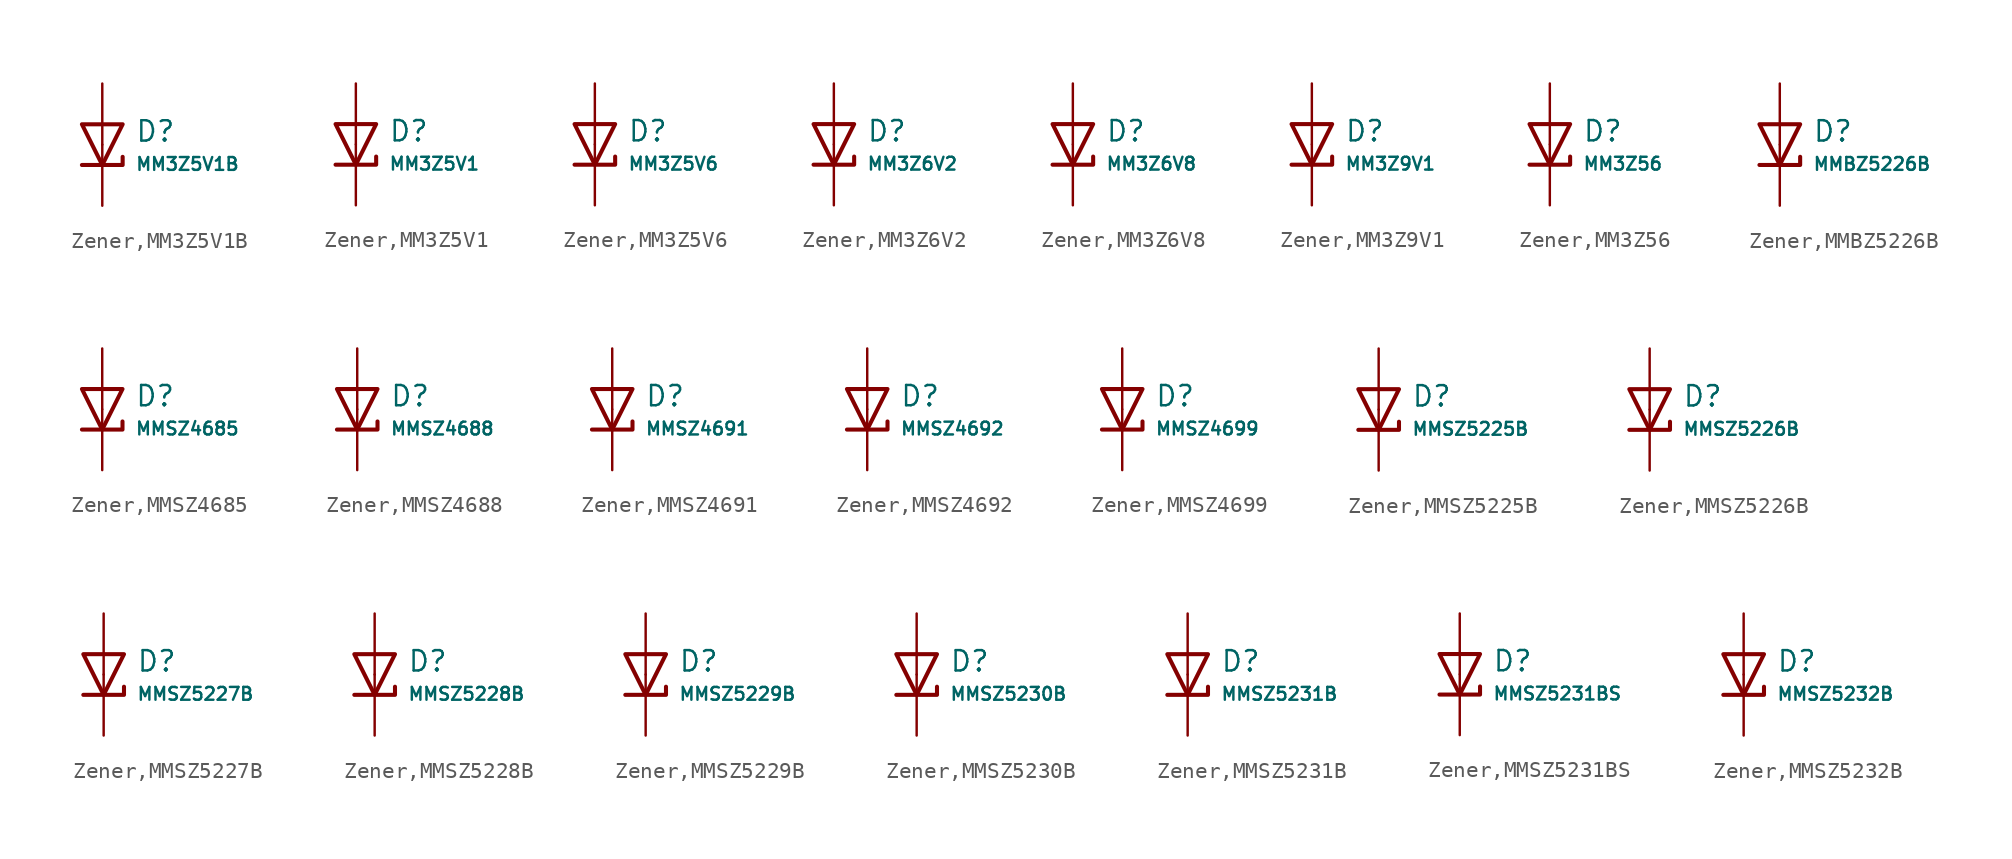
<source format=kicad_sym>
(kicad_symbol_lib
  (version 20231120)
  (generator "CDFER")
  (generator_version "8.0")
  (symbol "Zener,MM3Z5V1B"
    (pin_numbers hide)
    (pin_names
      (offset 0))
    (property "Reference" "D"
      (at 2.032 0.834 0)
      (effects (font (size 1.27 1.27)) (justify left)))
    (property "Value" "MM3Z5V1B"
      (at 2.032 -1.212 0)
      (effects (font (size 0.8 0.8)) (justify left)))
    (symbol "Zener,MM3Z5V1B_0_1"
      (polyline (pts (xy -1.27 1.27) (xy 0.00 -1.27) (xy 1.27 1.27) (xy -1.27 1.27)) (stroke (width 0.254) (type default)) (fill (type none))))
    (symbol "Zener,MM3Z5V1B_0_1"
      (polyline (pts (xy -1.27 -1.27) (xy 1.27 -1.27) (xy 1.27 -0.762)) (stroke (width 0.254) (type default)) (fill (type none))))
    (symbol "Zener,MM3Z5V1B_1_1"
      (pin passive line (at 0 3.81 270) (length 3.81) (name "~" (effects (font (size 1.27 1.27)))) (number "2" (effects (font (size 1.27 1.27)))))
      (pin passive line (at 0 -3.81 90) (length 3.81) (name "~" (effects (font (size 1.27 1.27)))) (number "1" (effects (font (size 1.27 1.27)))))))
  (symbol "Zener,MM3Z5V1"
    (pin_numbers hide)
    (pin_names
      (offset 0))
    (property "Reference" "D"
      (at 2.032 0.834 0)
      (effects (font (size 1.27 1.27)) (justify left)))
    (property "Value" "MM3Z5V1"
      (at 2.032 -1.212 0)
      (effects (font (size 0.8 0.8)) (justify left)))
    (symbol "Zener,MM3Z5V1_0_1"
      (polyline (pts (xy -1.27 1.27) (xy 0.00 -1.27) (xy 1.27 1.27) (xy -1.27 1.27)) (stroke (width 0.254) (type default)) (fill (type none))))
    (symbol "Zener,MM3Z5V1_0_1"
      (polyline (pts (xy -1.27 -1.27) (xy 1.27 -1.27) (xy 1.27 -0.762)) (stroke (width 0.254) (type default)) (fill (type none))))
    (symbol "Zener,MM3Z5V1_1_1"
      (pin passive line (at 0 3.81 270) (length 3.81) (name "~" (effects (font (size 1.27 1.27)))) (number "2" (effects (font (size 1.27 1.27)))))
      (pin passive line (at 0 -3.81 90) (length 3.81) (name "~" (effects (font (size 1.27 1.27)))) (number "1" (effects (font (size 1.27 1.27)))))))
  (symbol "Zener,MM3Z5V6"
    (pin_numbers hide)
    (pin_names
      (offset 0))
    (property "Reference" "D"
      (at 2.032 0.834 0)
      (effects (font (size 1.27 1.27)) (justify left)))
    (property "Value" "MM3Z5V6"
      (at 2.032 -1.212 0)
      (effects (font (size 0.8 0.8)) (justify left)))
    (symbol "Zener,MM3Z5V6_0_1"
      (polyline (pts (xy -1.27 1.27) (xy 0.00 -1.27) (xy 1.27 1.27) (xy -1.27 1.27)) (stroke (width 0.254) (type default)) (fill (type none))))
    (symbol "Zener,MM3Z5V6_0_1"
      (polyline (pts (xy -1.27 -1.27) (xy 1.27 -1.27) (xy 1.27 -0.762)) (stroke (width 0.254) (type default)) (fill (type none))))
    (symbol "Zener,MM3Z5V6_1_1"
      (pin passive line (at 0 3.81 270) (length 3.81) (name "~" (effects (font (size 1.27 1.27)))) (number "2" (effects (font (size 1.27 1.27)))))
      (pin passive line (at 0 -3.81 90) (length 3.81) (name "~" (effects (font (size 1.27 1.27)))) (number "1" (effects (font (size 1.27 1.27)))))))
  (symbol "Zener,MM3Z6V2"
    (pin_numbers hide)
    (pin_names
      (offset 0))
    (property "Reference" "D"
      (at 2.032 0.834 0)
      (effects (font (size 1.27 1.27)) (justify left)))
    (property "Value" "MM3Z6V2"
      (at 2.032 -1.212 0)
      (effects (font (size 0.8 0.8)) (justify left)))
    (symbol "Zener,MM3Z6V2_0_1"
      (polyline (pts (xy -1.27 1.27) (xy 0.00 -1.27) (xy 1.27 1.27) (xy -1.27 1.27)) (stroke (width 0.254) (type default)) (fill (type none))))
    (symbol "Zener,MM3Z6V2_0_1"
      (polyline (pts (xy -1.27 -1.27) (xy 1.27 -1.27) (xy 1.27 -0.762)) (stroke (width 0.254) (type default)) (fill (type none))))
    (symbol "Zener,MM3Z6V2_1_1"
      (pin passive line (at 0 3.81 270) (length 3.81) (name "~" (effects (font (size 1.27 1.27)))) (number "2" (effects (font (size 1.27 1.27)))))
      (pin passive line (at 0 -3.81 90) (length 3.81) (name "~" (effects (font (size 1.27 1.27)))) (number "1" (effects (font (size 1.27 1.27)))))))
  (symbol "Zener,MM3Z6V8"
    (pin_numbers hide)
    (pin_names
      (offset 0))
    (property "Reference" "D"
      (at 2.032 0.834 0)
      (effects (font (size 1.27 1.27)) (justify left)))
    (property "Value" "MM3Z6V8"
      (at 2.032 -1.212 0)
      (effects (font (size 0.8 0.8)) (justify left)))
    (symbol "Zener,MM3Z6V8_0_1"
      (polyline (pts (xy -1.27 1.27) (xy 0.00 -1.27) (xy 1.27 1.27) (xy -1.27 1.27)) (stroke (width 0.254) (type default)) (fill (type none))))
    (symbol "Zener,MM3Z6V8_0_1"
      (polyline (pts (xy -1.27 -1.27) (xy 1.27 -1.27) (xy 1.27 -0.762)) (stroke (width 0.254) (type default)) (fill (type none))))
    (symbol "Zener,MM3Z6V8_1_1"
      (pin passive line (at 0 3.81 270) (length 3.81) (name "~" (effects (font (size 1.27 1.27)))) (number "2" (effects (font (size 1.27 1.27)))))
      (pin passive line (at 0 -3.81 90) (length 3.81) (name "~" (effects (font (size 1.27 1.27)))) (number "1" (effects (font (size 1.27 1.27)))))))
  (symbol "Zener,MM3Z9V1"
    (pin_numbers hide)
    (pin_names
      (offset 0))
    (property "Reference" "D"
      (at 2.032 0.834 0)
      (effects (font (size 1.27 1.27)) (justify left)))
    (property "Value" "MM3Z9V1"
      (at 2.032 -1.212 0)
      (effects (font (size 0.8 0.8)) (justify left)))
    (symbol "Zener,MM3Z9V1_0_1"
      (polyline (pts (xy -1.27 1.27) (xy 0.00 -1.27) (xy 1.27 1.27) (xy -1.27 1.27)) (stroke (width 0.254) (type default)) (fill (type none))))
    (symbol "Zener,MM3Z9V1_0_1"
      (polyline (pts (xy -1.27 -1.27) (xy 1.27 -1.27) (xy 1.27 -0.762)) (stroke (width 0.254) (type default)) (fill (type none))))
    (symbol "Zener,MM3Z9V1_1_1"
      (pin passive line (at 0 3.81 270) (length 3.81) (name "~" (effects (font (size 1.27 1.27)))) (number "2" (effects (font (size 1.27 1.27)))))
      (pin passive line (at 0 -3.81 90) (length 3.81) (name "~" (effects (font (size 1.27 1.27)))) (number "1" (effects (font (size 1.27 1.27)))))))
  (symbol "Zener,MM3Z56"
    (pin_numbers hide)
    (pin_names
      (offset 0))
    (property "Reference" "D"
      (at 2.032 0.834 0)
      (effects (font (size 1.27 1.27)) (justify left)))
    (property "Value" "MM3Z56"
      (at 2.032 -1.212 0)
      (effects (font (size 0.8 0.8)) (justify left)))
    (symbol "Zener,MM3Z56_0_1"
      (polyline (pts (xy -1.27 1.27) (xy 0.00 -1.27) (xy 1.27 1.27) (xy -1.27 1.27)) (stroke (width 0.254) (type default)) (fill (type none))))
    (symbol "Zener,MM3Z56_0_1"
      (polyline (pts (xy -1.27 -1.27) (xy 1.27 -1.27) (xy 1.27 -0.762)) (stroke (width 0.254) (type default)) (fill (type none))))
    (symbol "Zener,MM3Z56_1_1"
      (pin passive line (at 0 3.81 270) (length 3.81) (name "~" (effects (font (size 1.27 1.27)))) (number "2" (effects (font (size 1.27 1.27)))))
      (pin passive line (at 0 -3.81 90) (length 3.81) (name "~" (effects (font (size 1.27 1.27)))) (number "1" (effects (font (size 1.27 1.27)))))))
  (symbol "Zener,MMBZ5226B"
    (pin_numbers hide)
    (pin_names
      (offset 0))
    (property "Reference" "D"
      (at 2.032 0.834 0)
      (effects (font (size 1.27 1.27)) (justify left)))
    (property "Value" "MMBZ5226B"
      (at 2.032 -1.212 0)
      (effects (font (size 0.8 0.8)) (justify left)))
    (symbol "Zener,MMBZ5226B_0_1"
      (polyline (pts (xy -1.27 1.27) (xy 0.00 -1.27) (xy 1.27 1.27) (xy -1.27 1.27)) (stroke (width 0.254) (type default)) (fill (type none))))
    (symbol "Zener,MMBZ5226B_0_1"
      (polyline (pts (xy -1.27 -1.27) (xy 1.27 -1.27) (xy 1.27 -0.762)) (stroke (width 0.254) (type default)) (fill (type none))))
    (symbol "Zener,MMBZ5226B_1_1"
      (pin passive line (at 0 3.81 270) (length 3.81) (name "~" (effects (font (size 1.27 1.27)))) (number "1" (effects (font (size 1.27 1.27)))))
      (pin passive line (at 0 -3.81 90) (length 3.81) (name "~" (effects (font (size 1.27 1.27)))) (number "3" (effects (font (size 1.27 1.27)))))))
  (symbol "Zener,MMSZ4685"
    (pin_numbers hide)
    (pin_names
      (offset 0))
    (property "Reference" "D"
      (at 2.032 0.834 0)
      (effects (font (size 1.27 1.27)) (justify left)))
    (property "Value" "MMSZ4685"
      (at 2.032 -1.212 0)
      (effects (font (size 0.8 0.8)) (justify left)))
    (symbol "Zener,MMSZ4685_0_1"
      (polyline (pts (xy -1.27 1.27) (xy 0.00 -1.27) (xy 1.27 1.27) (xy -1.27 1.27)) (stroke (width 0.254) (type default)) (fill (type none))))
    (symbol "Zener,MMSZ4685_0_1"
      (polyline (pts (xy -1.27 -1.27) (xy 1.27 -1.27) (xy 1.27 -0.762)) (stroke (width 0.254) (type default)) (fill (type none))))
    (symbol "Zener,MMSZ4685_1_1"
      (pin passive line (at 0 3.81 270) (length 3.81) (name "~" (effects (font (size 1.27 1.27)))) (number "2" (effects (font (size 1.27 1.27)))))
      (pin passive line (at 0 -3.81 90) (length 3.81) (name "~" (effects (font (size 1.27 1.27)))) (number "1" (effects (font (size 1.27 1.27)))))))
  (symbol "Zener,MMSZ4688"
    (pin_numbers hide)
    (pin_names
      (offset 0))
    (property "Reference" "D"
      (at 2.032 0.834 0)
      (effects (font (size 1.27 1.27)) (justify left)))
    (property "Value" "MMSZ4688"
      (at 2.032 -1.212 0)
      (effects (font (size 0.8 0.8)) (justify left)))
    (symbol "Zener,MMSZ4688_0_1"
      (polyline (pts (xy -1.27 1.27) (xy 0.00 -1.27) (xy 1.27 1.27) (xy -1.27 1.27)) (stroke (width 0.254) (type default)) (fill (type none))))
    (symbol "Zener,MMSZ4688_0_1"
      (polyline (pts (xy -1.27 -1.27) (xy 1.27 -1.27) (xy 1.27 -0.762)) (stroke (width 0.254) (type default)) (fill (type none))))
    (symbol "Zener,MMSZ4688_1_1"
      (pin passive line (at 0 3.81 270) (length 3.81) (name "~" (effects (font (size 1.27 1.27)))) (number "2" (effects (font (size 1.27 1.27)))))
      (pin passive line (at 0 -3.81 90) (length 3.81) (name "~" (effects (font (size 1.27 1.27)))) (number "1" (effects (font (size 1.27 1.27)))))))
  (symbol "Zener,MMSZ4691"
    (pin_numbers hide)
    (pin_names
      (offset 0))
    (property "Reference" "D"
      (at 2.032 0.834 0)
      (effects (font (size 1.27 1.27)) (justify left)))
    (property "Value" "MMSZ4691"
      (at 2.032 -1.212 0)
      (effects (font (size 0.8 0.8)) (justify left)))
    (symbol "Zener,MMSZ4691_0_1"
      (polyline (pts (xy -1.27 1.27) (xy 0.00 -1.27) (xy 1.27 1.27) (xy -1.27 1.27)) (stroke (width 0.254) (type default)) (fill (type none))))
    (symbol "Zener,MMSZ4691_0_1"
      (polyline (pts (xy -1.27 -1.27) (xy 1.27 -1.27) (xy 1.27 -0.762)) (stroke (width 0.254) (type default)) (fill (type none))))
    (symbol "Zener,MMSZ4691_1_1"
      (pin passive line (at 0 3.81 270) (length 3.81) (name "~" (effects (font (size 1.27 1.27)))) (number "2" (effects (font (size 1.27 1.27)))))
      (pin passive line (at 0 -3.81 90) (length 3.81) (name "~" (effects (font (size 1.27 1.27)))) (number "1" (effects (font (size 1.27 1.27)))))))
  (symbol "Zener,MMSZ4692"
    (pin_numbers hide)
    (pin_names
      (offset 0))
    (property "Reference" "D"
      (at 2.032 0.834 0)
      (effects (font (size 1.27 1.27)) (justify left)))
    (property "Value" "MMSZ4692"
      (at 2.032 -1.212 0)
      (effects (font (size 0.8 0.8)) (justify left)))
    (symbol "Zener,MMSZ4692_0_1"
      (polyline (pts (xy -1.27 1.27) (xy 0.00 -1.27) (xy 1.27 1.27) (xy -1.27 1.27)) (stroke (width 0.254) (type default)) (fill (type none))))
    (symbol "Zener,MMSZ4692_0_1"
      (polyline (pts (xy -1.27 -1.27) (xy 1.27 -1.27) (xy 1.27 -0.762)) (stroke (width 0.254) (type default)) (fill (type none))))
    (symbol "Zener,MMSZ4692_1_1"
      (pin passive line (at 0 3.81 270) (length 3.81) (name "~" (effects (font (size 1.27 1.27)))) (number "2" (effects (font (size 1.27 1.27)))))
      (pin passive line (at 0 -3.81 90) (length 3.81) (name "~" (effects (font (size 1.27 1.27)))) (number "1" (effects (font (size 1.27 1.27)))))))
  (symbol "Zener,MMSZ4699"
    (pin_numbers hide)
    (pin_names
      (offset 0))
    (property "Reference" "D"
      (at 2.032 0.834 0)
      (effects (font (size 1.27 1.27)) (justify left)))
    (property "Value" "MMSZ4699"
      (at 2.032 -1.212 0)
      (effects (font (size 0.8 0.8)) (justify left)))
    (symbol "Zener,MMSZ4699_0_1"
      (polyline (pts (xy -1.27 1.27) (xy 0.00 -1.27) (xy 1.27 1.27) (xy -1.27 1.27)) (stroke (width 0.254) (type default)) (fill (type none))))
    (symbol "Zener,MMSZ4699_0_1"
      (polyline (pts (xy -1.27 -1.27) (xy 1.27 -1.27) (xy 1.27 -0.762)) (stroke (width 0.254) (type default)) (fill (type none))))
    (symbol "Zener,MMSZ4699_1_1"
      (pin passive line (at 0 3.81 270) (length 3.81) (name "~" (effects (font (size 1.27 1.27)))) (number "2" (effects (font (size 1.27 1.27)))))
      (pin passive line (at 0 -3.81 90) (length 3.81) (name "~" (effects (font (size 1.27 1.27)))) (number "1" (effects (font (size 1.27 1.27)))))))
  (symbol "Zener,MMSZ5225B"
    (pin_numbers hide)
    (pin_names
      (offset 0))
    (property "Reference" "D"
      (at 2.032 0.834 0)
      (effects (font (size 1.27 1.27)) (justify left)))
    (property "Value" "MMSZ5225B"
      (at 2.032 -1.212 0)
      (effects (font (size 0.8 0.8)) (justify left)))
    (symbol "Zener,MMSZ5225B_0_1"
      (polyline (pts (xy -1.27 1.27) (xy 0.00 -1.27) (xy 1.27 1.27) (xy -1.27 1.27)) (stroke (width 0.254) (type default)) (fill (type none))))
    (symbol "Zener,MMSZ5225B_0_1"
      (polyline (pts (xy -1.27 -1.27) (xy 1.27 -1.27) (xy 1.27 -0.762)) (stroke (width 0.254) (type default)) (fill (type none))))
    (symbol "Zener,MMSZ5225B_1_1"
      (pin passive line (at 0 3.81 270) (length 3.81) (name "~" (effects (font (size 1.27 1.27)))) (number "2" (effects (font (size 1.27 1.27)))))
      (pin passive line (at 0 -3.81 90) (length 3.81) (name "~" (effects (font (size 1.27 1.27)))) (number "1" (effects (font (size 1.27 1.27)))))))
  (symbol "Zener,MMSZ5226B"
    (pin_numbers hide)
    (pin_names
      (offset 0))
    (property "Reference" "D"
      (at 2.032 0.834 0)
      (effects (font (size 1.27 1.27)) (justify left)))
    (property "Value" "MMSZ5226B"
      (at 2.032 -1.212 0)
      (effects (font (size 0.8 0.8)) (justify left)))
    (symbol "Zener,MMSZ5226B_0_1"
      (polyline (pts (xy -1.27 1.27) (xy 0.00 -1.27) (xy 1.27 1.27) (xy -1.27 1.27)) (stroke (width 0.254) (type default)) (fill (type none))))
    (symbol "Zener,MMSZ5226B_0_1"
      (polyline (pts (xy -1.27 -1.27) (xy 1.27 -1.27) (xy 1.27 -0.762)) (stroke (width 0.254) (type default)) (fill (type none))))
    (symbol "Zener,MMSZ5226B_1_1"
      (pin passive line (at 0 3.81 270) (length 3.81) (name "~" (effects (font (size 1.27 1.27)))) (number "2" (effects (font (size 1.27 1.27)))))
      (pin passive line (at 0 -3.81 90) (length 3.81) (name "~" (effects (font (size 1.27 1.27)))) (number "1" (effects (font (size 1.27 1.27)))))))
  (symbol "Zener,MMSZ5227B"
    (pin_numbers hide)
    (pin_names
      (offset 0))
    (property "Reference" "D"
      (at 2.032 0.834 0)
      (effects (font (size 1.27 1.27)) (justify left)))
    (property "Value" "MMSZ5227B"
      (at 2.032 -1.212 0)
      (effects (font (size 0.8 0.8)) (justify left)))
    (symbol "Zener,MMSZ5227B_0_1"
      (polyline (pts (xy -1.27 1.27) (xy 0.00 -1.27) (xy 1.27 1.27) (xy -1.27 1.27)) (stroke (width 0.254) (type default)) (fill (type none))))
    (symbol "Zener,MMSZ5227B_0_1"
      (polyline (pts (xy -1.27 -1.27) (xy 1.27 -1.27) (xy 1.27 -0.762)) (stroke (width 0.254) (type default)) (fill (type none))))
    (symbol "Zener,MMSZ5227B_1_1"
      (pin passive line (at 0 3.81 270) (length 3.81) (name "~" (effects (font (size 1.27 1.27)))) (number "2" (effects (font (size 1.27 1.27)))))
      (pin passive line (at 0 -3.81 90) (length 3.81) (name "~" (effects (font (size 1.27 1.27)))) (number "1" (effects (font (size 1.27 1.27)))))))
  (symbol "Zener,MMSZ5228B"
    (pin_numbers hide)
    (pin_names
      (offset 0))
    (property "Reference" "D"
      (at 2.032 0.834 0)
      (effects (font (size 1.27 1.27)) (justify left)))
    (property "Value" "MMSZ5228B"
      (at 2.032 -1.212 0)
      (effects (font (size 0.8 0.8)) (justify left)))
    (symbol "Zener,MMSZ5228B_0_1"
      (polyline (pts (xy -1.27 1.27) (xy 0.00 -1.27) (xy 1.27 1.27) (xy -1.27 1.27)) (stroke (width 0.254) (type default)) (fill (type none))))
    (symbol "Zener,MMSZ5228B_0_1"
      (polyline (pts (xy -1.27 -1.27) (xy 1.27 -1.27) (xy 1.27 -0.762)) (stroke (width 0.254) (type default)) (fill (type none))))
    (symbol "Zener,MMSZ5228B_1_1"
      (pin passive line (at 0 3.81 270) (length 3.81) (name "~" (effects (font (size 1.27 1.27)))) (number "2" (effects (font (size 1.27 1.27)))))
      (pin passive line (at 0 -3.81 90) (length 3.81) (name "~" (effects (font (size 1.27 1.27)))) (number "1" (effects (font (size 1.27 1.27)))))))
  (symbol "Zener,MMSZ5229B"
    (pin_numbers hide)
    (pin_names
      (offset 0))
    (property "Reference" "D"
      (at 2.032 0.834 0)
      (effects (font (size 1.27 1.27)) (justify left)))
    (property "Value" "MMSZ5229B"
      (at 2.032 -1.212 0)
      (effects (font (size 0.8 0.8)) (justify left)))
    (symbol "Zener,MMSZ5229B_0_1"
      (polyline (pts (xy -1.27 1.27) (xy 0.00 -1.27) (xy 1.27 1.27) (xy -1.27 1.27)) (stroke (width 0.254) (type default)) (fill (type none))))
    (symbol "Zener,MMSZ5229B_0_1"
      (polyline (pts (xy -1.27 -1.27) (xy 1.27 -1.27) (xy 1.27 -0.762)) (stroke (width 0.254) (type default)) (fill (type none))))
    (symbol "Zener,MMSZ5229B_1_1"
      (pin passive line (at 0 3.81 270) (length 3.81) (name "~" (effects (font (size 1.27 1.27)))) (number "2" (effects (font (size 1.27 1.27)))))
      (pin passive line (at 0 -3.81 90) (length 3.81) (name "~" (effects (font (size 1.27 1.27)))) (number "1" (effects (font (size 1.27 1.27)))))))
  (symbol "Zener,MMSZ5230B"
    (pin_numbers hide)
    (pin_names
      (offset 0))
    (property "Reference" "D"
      (at 2.032 0.834 0)
      (effects (font (size 1.27 1.27)) (justify left)))
    (property "Value" "MMSZ5230B"
      (at 2.032 -1.212 0)
      (effects (font (size 0.8 0.8)) (justify left)))
    (symbol "Zener,MMSZ5230B_0_1"
      (polyline (pts (xy -1.27 1.27) (xy 0.00 -1.27) (xy 1.27 1.27) (xy -1.27 1.27)) (stroke (width 0.254) (type default)) (fill (type none))))
    (symbol "Zener,MMSZ5230B_0_1"
      (polyline (pts (xy -1.27 -1.27) (xy 1.27 -1.27) (xy 1.27 -0.762)) (stroke (width 0.254) (type default)) (fill (type none))))
    (symbol "Zener,MMSZ5230B_1_1"
      (pin passive line (at 0 3.81 270) (length 3.81) (name "~" (effects (font (size 1.27 1.27)))) (number "2" (effects (font (size 1.27 1.27)))))
      (pin passive line (at 0 -3.81 90) (length 3.81) (name "~" (effects (font (size 1.27 1.27)))) (number "1" (effects (font (size 1.27 1.27)))))))
  (symbol "Zener,MMSZ5231B"
    (pin_numbers hide)
    (pin_names
      (offset 0))
    (property "Reference" "D"
      (at 2.032 0.834 0)
      (effects (font (size 1.27 1.27)) (justify left)))
    (property "Value" "MMSZ5231B"
      (at 2.032 -1.212 0)
      (effects (font (size 0.8 0.8)) (justify left)))
    (symbol "Zener,MMSZ5231B_0_1"
      (polyline (pts (xy -1.27 1.27) (xy 0.00 -1.27) (xy 1.27 1.27) (xy -1.27 1.27)) (stroke (width 0.254) (type default)) (fill (type none))))
    (symbol "Zener,MMSZ5231B_0_1"
      (polyline (pts (xy -1.27 -1.27) (xy 1.27 -1.27) (xy 1.27 -0.762)) (stroke (width 0.254) (type default)) (fill (type none))))
    (symbol "Zener,MMSZ5231B_1_1"
      (pin passive line (at 0 3.81 270) (length 3.81) (name "~" (effects (font (size 1.27 1.27)))) (number "2" (effects (font (size 1.27 1.27)))))
      (pin passive line (at 0 -3.81 90) (length 3.81) (name "~" (effects (font (size 1.27 1.27)))) (number "1" (effects (font (size 1.27 1.27)))))))
  (symbol "Zener,MMSZ5231BS"
    (pin_numbers hide)
    (pin_names
      (offset 0))
    (property "Reference" "D"
      (at 2.032 0.834 0)
      (effects (font (size 1.27 1.27)) (justify left)))
    (property "Value" "MMSZ5231BS"
      (at 2.032 -1.212 0)
      (effects (font (size 0.8 0.8)) (justify left)))
    (symbol "Zener,MMSZ5231BS_0_1"
      (polyline (pts (xy -1.27 1.27) (xy 0.00 -1.27) (xy 1.27 1.27) (xy -1.27 1.27)) (stroke (width 0.254) (type default)) (fill (type none))))
    (symbol "Zener,MMSZ5231BS_0_1"
      (polyline (pts (xy -1.27 -1.27) (xy 1.27 -1.27) (xy 1.27 -0.762)) (stroke (width 0.254) (type default)) (fill (type none))))
    (symbol "Zener,MMSZ5231BS_1_1"
      (pin passive line (at 0 3.81 270) (length 3.81) (name "~" (effects (font (size 1.27 1.27)))) (number "2" (effects (font (size 1.27 1.27)))))
      (pin passive line (at 0 -3.81 90) (length 3.81) (name "~" (effects (font (size 1.27 1.27)))) (number "1" (effects (font (size 1.27 1.27)))))))
  (symbol "Zener,MMSZ5232B"
    (pin_numbers hide)
    (pin_names
      (offset 0))
    (property "Reference" "D"
      (at 2.032 0.834 0)
      (effects (font (size 1.27 1.27)) (justify left)))
    (property "Value" "MMSZ5232B"
      (at 2.032 -1.212 0)
      (effects (font (size 0.8 0.8)) (justify left)))
    (symbol "Zener,MMSZ5232B_0_1"
      (polyline (pts (xy -1.27 1.27) (xy 0.00 -1.27) (xy 1.27 1.27) (xy -1.27 1.27)) (stroke (width 0.254) (type default)) (fill (type none))))
    (symbol "Zener,MMSZ5232B_0_1"
      (polyline (pts (xy -1.27 -1.27) (xy 1.27 -1.27) (xy 1.27 -0.762)) (stroke (width 0.254) (type default)) (fill (type none))))
    (symbol "Zener,MMSZ5232B_1_1"
      (pin passive line (at 0 3.81 270) (length 3.81) (name "~" (effects (font (size 1.27 1.27)))) (number "2" (effects (font (size 1.27 1.27)))))
      (pin passive line (at 0 -3.81 90) (length 3.81) (name "~" (effects (font (size 1.27 1.27)))) (number "1" (effects (font (size 1.27 1.27))))))))
</source>
